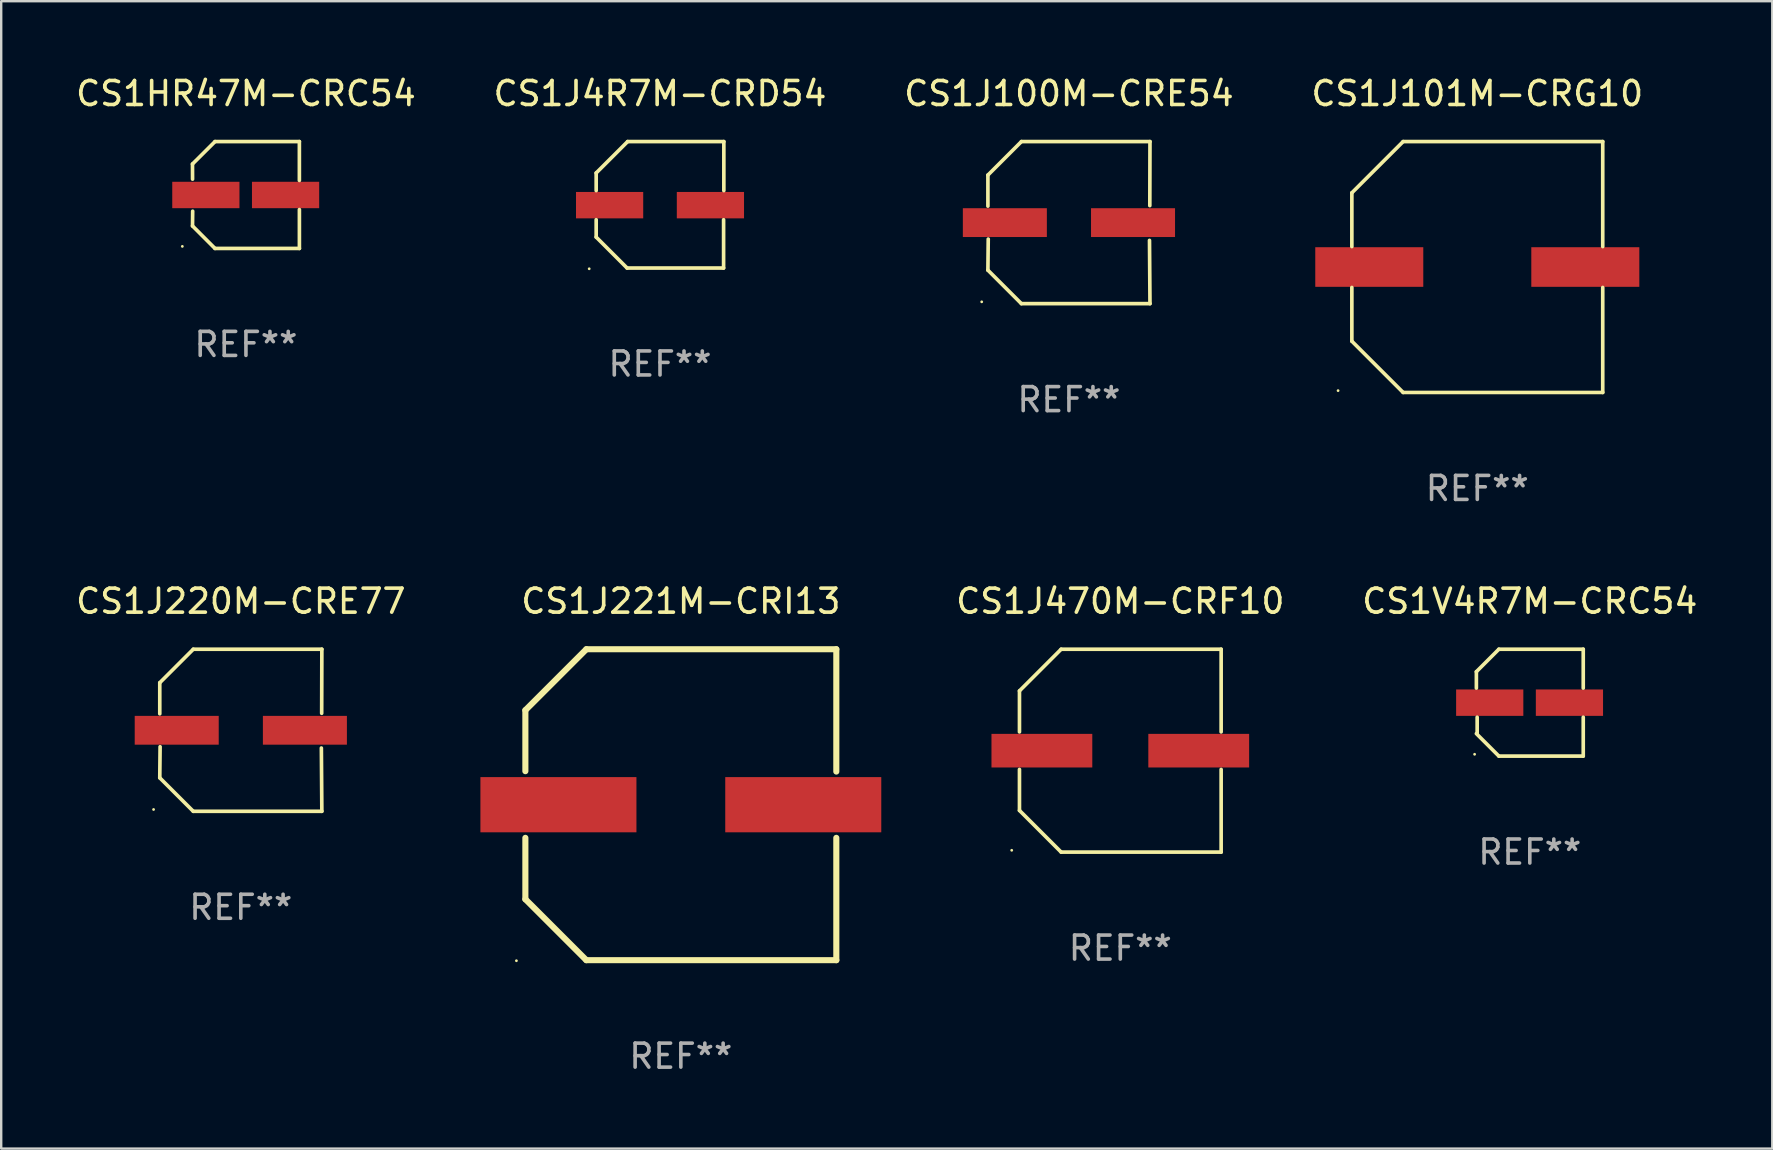
<source format=kicad_pcb>
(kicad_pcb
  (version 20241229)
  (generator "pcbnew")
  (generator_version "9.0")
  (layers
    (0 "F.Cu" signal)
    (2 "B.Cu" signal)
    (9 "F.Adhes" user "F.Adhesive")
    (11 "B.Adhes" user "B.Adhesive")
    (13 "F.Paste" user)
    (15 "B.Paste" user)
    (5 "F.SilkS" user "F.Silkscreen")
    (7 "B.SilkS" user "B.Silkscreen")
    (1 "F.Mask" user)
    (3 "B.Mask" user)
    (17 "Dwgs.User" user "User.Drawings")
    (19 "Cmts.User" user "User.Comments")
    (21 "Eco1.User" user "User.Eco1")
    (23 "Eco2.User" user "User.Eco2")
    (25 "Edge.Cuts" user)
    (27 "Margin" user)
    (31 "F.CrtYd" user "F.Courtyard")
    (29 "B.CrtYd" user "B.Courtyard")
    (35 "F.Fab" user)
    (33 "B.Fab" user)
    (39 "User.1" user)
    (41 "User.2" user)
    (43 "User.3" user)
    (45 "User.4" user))
  (footprint "CS1J101M-CRG10"
    (layer "F.Cu")
    (at 58.494 8.074)
    (property "Reference" "CS1J101M-CRG10" (at 0 -7.226 0) (layer "F.SilkS") (effects (font (size 1 1) (thickness 0.15))))
    (attr through_hole)
    (fp_line (start -5.226 -3.09) (end -5.226 -0.852) (stroke (width 0.152) (type solid)) (layer "F.SilkS"))
    (fp_line (start -5.226 3.09) (end -5.226 0.852) (stroke (width 0.152) (type solid)) (layer "F.SilkS"))
    (fp_line (start -3.09 -5.226) (end -5.226 -3.09) (stroke (width 0.152) (type solid)) (layer "F.SilkS"))
    (fp_line (start -3.09 5.226) (end -5.226 3.09) (stroke (width 0.152) (type solid)) (layer "F.SilkS"))
    (fp_line (start 5.226 -5.226) (end -3.09 -5.226) (stroke (width 0.152) (type solid)) (layer "F.SilkS"))
    (fp_line (start 5.226 -0.852) (end 5.226 -5.226) (stroke (width 0.152) (type solid)) (layer "F.SilkS"))
    (fp_line (start 5.226 0.852) (end 5.226 5.226) (stroke (width 0.152) (type solid)) (layer "F.SilkS"))
    (fp_line (start 5.226 5.226) (end -3.09 5.226) (stroke (width 0.152) (type solid)) (layer "F.SilkS"))
    (fp_circle (center -5.8 5.15) (end -5.77 5.15) (stroke (width 0.06) (type solid)) (fill no) (layer "F.SilkS"))
    (fp_text user "REF**" (at 0 9.226 0) (layer "F.Fab") (effects (font (size 1 1) (thickness 0.15))))
    (pad "1" smd rect (at -4.5 0) (size 4.5 1.65) (layers "F.Cu" "F.Mask" "F.Paste"))
    (pad "2" smd rect (at 4.5 0) (size 4.5 1.65) (layers "F.Cu" "F.Mask" "F.Paste")))
  (footprint "CS1J4R7M-CRD54"
    (layer "F.Cu")
    (at 24.446 5.482)
    (property "Reference" "CS1J4R7M-CRD54" (at 0 -4.634 0) (layer "F.SilkS") (effects (font (size 1 1) (thickness 0.15))))
    (attr through_hole)
    (fp_line (start -2.659 -1.326) (end -2.659 -0.592) (stroke (width 0.152) (type solid)) (layer "F.SilkS"))
    (fp_line (start -2.659 1.346) (end -2.659 0.622) (stroke (width 0.152) (type solid)) (layer "F.SilkS"))
    (fp_line (start -1.372 2.634) (end -2.659 1.346) (stroke (width 0.152) (type solid)) (layer "F.SilkS"))
    (fp_line (start -1.349 -2.634) (end -2.659 -1.326) (stroke (width 0.152) (type solid)) (layer "F.SilkS"))
    (fp_line (start 2.649 0.622) (end 2.649 2.634) (stroke (width 0.152) (type solid)) (layer "F.SilkS"))
    (fp_line (start 2.649 2.634) (end -1.372 2.634) (stroke (width 0.152) (type solid)) (layer "F.SilkS"))
    (fp_line (start 2.659 -2.634) (end -1.349 -2.634) (stroke (width 0.152) (type solid)) (layer "F.SilkS"))
    (fp_line (start 2.659 -0.592) (end 2.659 -2.634) (stroke (width 0.152) (type solid)) (layer "F.SilkS"))
    (fp_circle (center -2.95 2.665) (end -2.92 2.665) (stroke (width 0.06) (type solid)) (fill no) (layer "F.SilkS"))
    (fp_text user "REF**" (at 0 6.634 0) (layer "F.Fab") (effects (font (size 1 1) (thickness 0.15))))
    (pad "1" smd rect (at -2.1 0.015) (size 2.8 1.1) (layers "F.Cu" "F.Mask" "F.Paste"))
    (pad "2" smd rect (at 2.1 0.015) (size 2.8 1.1) (layers "F.Cu" "F.Mask" "F.Paste")))
  (footprint "CS1J221M-CRI13"
    (layer "F.Cu")
    (at 25.314 30.474)
    (property "Reference" "CS1J221M-CRI13" (at 0 -8.477 0) (layer "F.SilkS") (effects (font (size 1 1) (thickness 0.15))))
    (attr through_hole)
    (fp_line (start -6.477 -3.937) (end -6.477 -1.397) (stroke (width 0.254) (type solid)) (layer "F.SilkS"))
    (fp_line (start -6.477 1.381) (end -6.477 3.937) (stroke (width 0.254) (type solid)) (layer "F.SilkS"))
    (fp_line (start -6.477 3.937) (end -3.937 6.477) (stroke (width 0.254) (type solid)) (layer "F.SilkS"))
    (fp_line (start -3.937 -6.477) (end -6.477 -3.937) (stroke (width 0.254) (type solid)) (layer "F.SilkS"))
    (fp_line (start -3.937 6.477) (end 6.477 6.477) (stroke (width 0.254) (type solid)) (layer "F.SilkS"))
    (fp_line (start 6.477 -6.477) (end -3.937 -6.477) (stroke (width 0.254) (type solid)) (layer "F.SilkS"))
    (fp_line (start 6.477 -1.381) (end 6.477 -6.477) (stroke (width 0.254) (type solid)) (layer "F.SilkS"))
    (fp_line (start 6.477 6.477) (end 6.477 1.381) (stroke (width 0.254) (type solid)) (layer "F.SilkS"))
    (fp_circle (center -6.85 6.5) (end -6.82 6.5) (stroke (width 0.06) (type solid)) (fill no) (layer "F.SilkS"))
    (fp_text user "REF**" (at 0 10.477 0) (layer "F.Fab") (effects (font (size 1 1) (thickness 0.15))))
    (pad "1" smd rect (at -5.1 0) (size 6.5 2.3) (layers "F.Cu" "F.Mask" "F.Paste"))
    (pad "2" smd rect (at 5.1 0) (size 6.5 2.3) (layers "F.Cu" "F.Mask" "F.Paste")))
  (footprint "CS1J220M-CRE77"
    (layer "F.Cu")
    (at 6.982 27.373)
    (property "Reference" "CS1J220M-CRE77" (at 0 -5.376 0) (layer "F.SilkS") (effects (font (size 1 1) (thickness 0.15))))
    (attr through_hole)
    (fp_line (start -3.376 -1.98) (end -3.376 -0.686) (stroke (width 0.152) (type solid)) (layer "F.SilkS"))
    (fp_line (start -3.376 1.981) (end -3.362 0.686) (stroke (width 0.152) (type solid)) (layer "F.SilkS"))
    (fp_line (start -1.981 3.376) (end -3.376 1.981) (stroke (width 0.152) (type solid)) (layer "F.SilkS"))
    (fp_line (start -1.98 -3.376) (end -3.376 -1.98) (stroke (width 0.152) (type solid)) (layer "F.SilkS"))
    (fp_line (start 3.356 0.74) (end 3.376 3.376) (stroke (width 0.152) (type solid)) (layer "F.SilkS"))
    (fp_line (start 3.369 -0.707) (end 3.376 -3.376) (stroke (width 0.152) (type solid)) (layer "F.SilkS"))
    (fp_line (start 3.376 3.376) (end -1.981 3.376) (stroke (width 0.152) (type solid)) (layer "F.SilkS"))
    (fp_line (start 3.376 -3.376) (end -1.98 -3.376) (stroke (width 0.152) (type solid)) (layer "F.SilkS"))
    (fp_circle (center -3.634 3.3) (end -3.604 3.3) (stroke (width 0.06) (type solid)) (fill no) (layer "F.SilkS"))
    (fp_text user "REF**" (at 0 7.376 0) (layer "F.Fab") (effects (font (size 1 1) (thickness 0.15))))
    (pad "1" smd rect (at -2.67 0.000254) (size 3.5 1.2) (layers "F.Cu" "F.Mask" "F.Paste"))
    (pad "2" smd rect (at 2.67 0.000254) (size 3.5 1.2) (layers "F.Cu" "F.Mask" "F.Paste")))
  (footprint "CS1V4R7M-CRC54"
    (layer "F.Cu")
    (at 60.682 26.223)
    (property "Reference" "CS1V4R7M-CRC54" (at 0 -4.226 0) (layer "F.SilkS") (effects (font (size 1 1) (thickness 0.15))))
    (attr through_hole)
    (fp_line (start -2.226 -1.29) (end -2.226 -0.607) (stroke (width 0.152) (type solid)) (layer "F.SilkS"))
    (fp_line (start -2.193 1.29) (end -2.193 0.607) (stroke (width 0.152) (type solid)) (layer "F.SilkS"))
    (fp_line (start -1.29 2.226) (end -2.226 1.29) (stroke (width 0.152) (type solid)) (layer "F.SilkS"))
    (fp_line (start -1.29 -2.226) (end -2.226 -1.29) (stroke (width 0.152) (type solid)) (layer "F.SilkS"))
    (fp_line (start 2.226 -2.226) (end -1.29 -2.226) (stroke (width 0.152) (type solid)) (layer "F.SilkS"))
    (fp_line (start 2.226 -0.607) (end 2.226 -2.226) (stroke (width 0.152) (type solid)) (layer "F.SilkS"))
    (fp_line (start 2.226 0.607) (end 2.226 2.226) (stroke (width 0.152) (type solid)) (layer "F.SilkS"))
    (fp_line (start 2.226 2.226) (end -1.29 2.226) (stroke (width 0.152) (type solid)) (layer "F.SilkS"))
    (fp_circle (center -2.3 2.15) (end -2.27 2.15) (stroke (width 0.06) (type solid)) (fill no) (layer "F.SilkS"))
    (fp_text user "REF**" (at 0 6.226 0) (layer "F.Fab") (effects (font (size 1 1) (thickness 0.15))))
    (pad "1" smd rect (at -1.67 -0.000025) (size 2.8 1.1) (layers "F.Cu" "F.Mask" "F.Paste"))
    (pad "2" smd rect (at 1.651 -0.000025) (size 2.8 1.1) (layers "F.Cu" "F.Mask" "F.Paste")))
  (footprint "CS1J470M-CRF10"
    (layer "F.Cu")
    (at 43.622 28.223)
    (property "Reference" "CS1J470M-CRF10" (at 0 -6.226 0) (layer "F.SilkS") (effects (font (size 1 1) (thickness 0.15))))
    (attr through_hole)
    (fp_line (start -4.201 -2.49) (end -4.201 -0.782) (stroke (width 0.152) (type solid)) (layer "F.SilkS"))
    (fp_line (start -4.201 2.49) (end -4.201 0.782) (stroke (width 0.152) (type solid)) (layer "F.SilkS"))
    (fp_line (start -2.465 -4.226) (end -4.201 -2.49) (stroke (width 0.152) (type solid)) (layer "F.SilkS"))
    (fp_line (start -2.465 4.226) (end -4.201 2.49) (stroke (width 0.152) (type solid)) (layer "F.SilkS"))
    (fp_line (start 4.201 -4.226) (end -2.465 -4.226) (stroke (width 0.152) (type solid)) (layer "F.SilkS"))
    (fp_line (start 4.201 -0.782) (end 4.201 -4.226) (stroke (width 0.152) (type solid)) (layer "F.SilkS"))
    (fp_line (start 4.201 0.782) (end 4.201 4.226) (stroke (width 0.152) (type solid)) (layer "F.SilkS"))
    (fp_line (start 4.201 4.226) (end -2.465 4.226) (stroke (width 0.152) (type solid)) (layer "F.SilkS"))
    (fp_circle (center -4.524 4.15) (end -4.494 4.15) (stroke (width 0.06) (type solid)) (fill no) (layer "F.SilkS"))
    (fp_text user "REF**" (at 0 8.226 0) (layer "F.Fab") (effects (font (size 1 1) (thickness 0.15))))
    (pad "1" smd rect (at -3.267 0) (size 4.2 1.4) (layers "F.Cu" "F.Mask" "F.Paste"))
    (pad "2" smd rect (at 3.267 0) (size 4.2 1.4) (layers "F.Cu" "F.Mask" "F.Paste")))
  (footprint "CS1HR47M-CRC54"
    (layer "F.Cu")
    (at 7.196 5.074)
    (property "Reference" "CS1HR47M-CRC54" (at 0 -4.226 0) (layer "F.SilkS") (effects (font (size 1 1) (thickness 0.15))))
    (attr through_hole)
    (fp_line (start -2.227 -1.291) (end -2.224 -0.661) (stroke (width 0.152) (type solid)) (layer "F.SilkS"))
    (fp_line (start -2.226 1.289) (end -2.219 0.675) (stroke (width 0.152) (type solid)) (layer "F.SilkS"))
    (fp_line (start -1.29 2.226) (end -2.226 1.289) (stroke (width 0.152) (type solid)) (layer "F.SilkS"))
    (fp_line (start -1.289 -2.226) (end -2.227 -1.291) (stroke (width 0.152) (type solid)) (layer "F.SilkS"))
    (fp_line (start 2.226 -2.226) (end -1.289 -2.226) (stroke (width 0.152) (type solid)) (layer "F.SilkS"))
    (fp_line (start 2.226 -0.608) (end 2.226 -2.226) (stroke (width 0.152) (type solid)) (layer "F.SilkS"))
    (fp_line (start 2.227 0.607) (end 2.227 2.226) (stroke (width 0.152) (type solid)) (layer "F.SilkS"))
    (fp_line (start 2.227 2.226) (end -1.29 2.226) (stroke (width 0.152) (type solid)) (layer "F.SilkS"))
    (fp_circle (center -2.65 2.14) (end -2.62 2.14) (stroke (width 0.06) (type solid)) (fill no) (layer "F.SilkS"))
    (fp_text user "REF**" (at 0 6.226 0) (layer "F.Fab") (effects (font (size 1 1) (thickness 0.15))))
    (pad "1" smd rect (at -1.67 -0.001) (size 2.8 1.1) (layers "F.Cu" "F.Mask" "F.Paste"))
    (pad "2" smd rect (at 1.651 -0.001) (size 2.8 1.1) (layers "F.Cu" "F.Mask" "F.Paste")))
  (footprint "CS1J100M-CRE54"
    (layer "F.Cu")
    (at 41.482 6.224)
    (property "Reference" "CS1J100M-CRE54" (at 0 -5.376 0) (layer "F.SilkS") (effects (font (size 1 1) (thickness 0.15))))
    (attr through_hole)
    (fp_line (start -3.376 -1.98) (end -3.376 -0.686) (stroke (width 0.152) (type solid)) (layer "F.SilkS"))
    (fp_line (start -3.376 1.981) (end -3.362 0.686) (stroke (width 0.152) (type solid)) (layer "F.SilkS"))
    (fp_line (start -1.981 3.376) (end -3.376 1.981) (stroke (width 0.152) (type solid)) (layer "F.SilkS"))
    (fp_line (start -1.98 -3.376) (end -3.376 -1.98) (stroke (width 0.152) (type solid)) (layer "F.SilkS"))
    (fp_line (start 3.356 0.74) (end 3.376 3.376) (stroke (width 0.152) (type solid)) (layer "F.SilkS"))
    (fp_line (start 3.369 -0.707) (end 3.376 -3.376) (stroke (width 0.152) (type solid)) (layer "F.SilkS"))
    (fp_line (start 3.376 3.376) (end -1.981 3.376) (stroke (width 0.152) (type solid)) (layer "F.SilkS"))
    (fp_line (start 3.376 -3.376) (end -1.98 -3.376) (stroke (width 0.152) (type solid)) (layer "F.SilkS"))
    (fp_circle (center -3.634 3.3) (end -3.604 3.3) (stroke (width 0.06) (type solid)) (fill no) (layer "F.SilkS"))
    (fp_text user "REF**" (at 0 7.376 0) (layer "F.Fab") (effects (font (size 1 1) (thickness 0.15))))
    (pad "1" smd rect (at -2.67 0.000254) (size 3.5 1.2) (layers "F.Cu" "F.Mask" "F.Paste"))
    (pad "2" smd rect (at 2.67 0.000254) (size 3.5 1.2) (layers "F.Cu" "F.Mask" "F.Paste")))
  (gr_rect
    (start -3 -3)
    (end 70.783 44.8)
    (stroke (width 0.1) (type default))
    (fill no)
    (layer "Edge.Cuts")))
</source>
